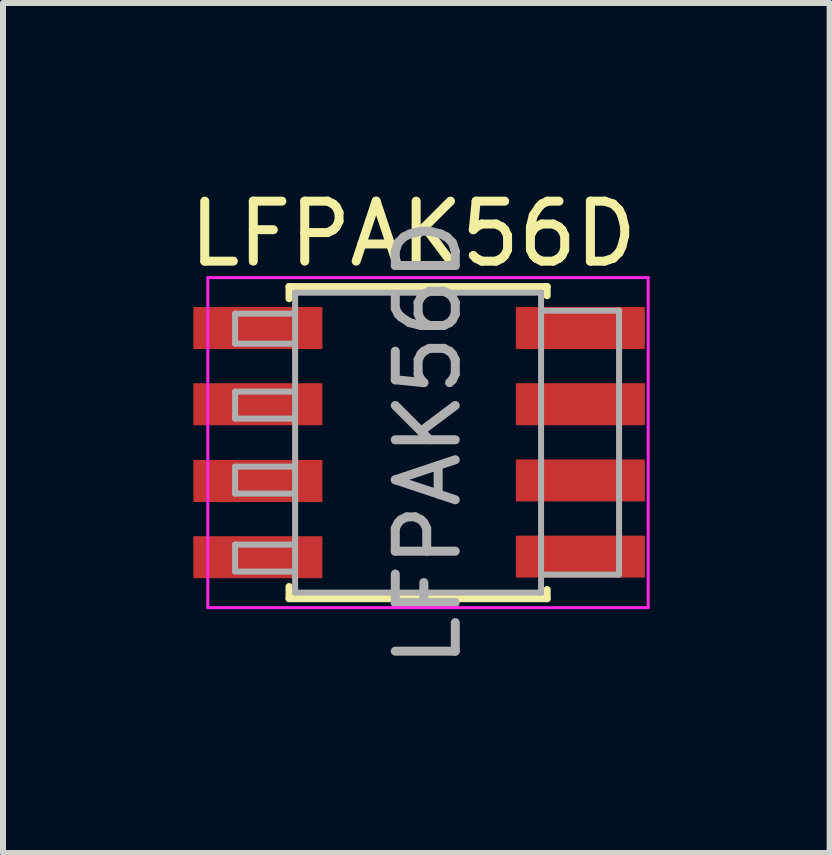
<source format=kicad_pcb>
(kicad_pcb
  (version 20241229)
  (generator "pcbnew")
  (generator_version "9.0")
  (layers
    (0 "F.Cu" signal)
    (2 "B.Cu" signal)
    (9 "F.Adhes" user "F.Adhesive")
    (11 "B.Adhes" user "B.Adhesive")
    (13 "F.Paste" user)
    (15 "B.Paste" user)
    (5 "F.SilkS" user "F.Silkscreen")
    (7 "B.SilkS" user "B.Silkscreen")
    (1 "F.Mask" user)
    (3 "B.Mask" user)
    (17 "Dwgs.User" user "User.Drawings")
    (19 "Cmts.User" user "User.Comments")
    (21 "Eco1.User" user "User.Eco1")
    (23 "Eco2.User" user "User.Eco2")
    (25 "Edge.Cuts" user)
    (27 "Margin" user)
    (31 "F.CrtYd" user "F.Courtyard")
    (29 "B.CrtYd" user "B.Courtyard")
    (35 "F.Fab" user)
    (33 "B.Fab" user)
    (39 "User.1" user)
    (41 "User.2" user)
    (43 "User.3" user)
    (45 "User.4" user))
  (footprint "LFPAK56D"
    (layer "F.Cu")
    (at 4.084 4.328)
    (property "Reference" "LFPAK56D" (at -0.245 -3.48 0) (layer "F.SilkS") (effects (font (size 1 1) (thickness 0.15))))
    (attr smd)
    (fp_line (start -2.315 -2.6) (end -2.315 -2.4) (stroke (width 0.12) (type solid)) (layer "F.SilkS"))
    (fp_line (start -2.315 2.4) (end -2.315 2.6) (stroke (width 0.12) (type solid)) (layer "F.SilkS"))
    (fp_line (start -2.315 2.6) (end 1.985 2.6) (stroke (width 0.12) (type solid)) (layer "F.SilkS"))
    (fp_line (start 1.985 -2.6) (end -2.315 -2.6) (stroke (width 0.12) (type solid)) (layer "F.SilkS"))
    (fp_line (start 1.985 -2.45) (end 1.985 -2.6) (stroke (width 0.12) (type solid)) (layer "F.SilkS"))
    (fp_line (start 1.985 2.6) (end 1.985 2.45) (stroke (width 0.12) (type solid)) (layer "F.SilkS"))
    (fp_line (start -3.67 2.75) (end -3.67 -2.75) (stroke (width 0.05) (type solid)) (layer "F.CrtYd"))
    (fp_line (start -3.67 2.75) (end 3.67 2.75) (stroke (width 0.05) (type solid)) (layer "F.CrtYd"))
    (fp_line (start 3.67 -2.75) (end -3.67 -2.75) (stroke (width 0.05) (type solid)) (layer "F.CrtYd"))
    (fp_line (start 3.67 -2.75) (end 3.67 2.75) (stroke (width 0.05) (type solid)) (layer "F.CrtYd"))
    (fp_line (start -3.215 -2.15) (end -3.215 -1.65) (stroke (width 0.1) (type solid)) (layer "F.Fab"))
    (fp_line (start -3.215 -2.15) (end -2.215 -2.15) (stroke (width 0.1) (type solid)) (layer "F.Fab"))
    (fp_line (start -3.215 -1.65) (end -2.215 -1.65) (stroke (width 0.1) (type solid)) (layer "F.Fab"))
    (fp_line (start -3.215 -0.85) (end -3.215 -0.4) (stroke (width 0.1) (type solid)) (layer "F.Fab"))
    (fp_line (start -3.215 -0.4) (end -2.215 -0.4) (stroke (width 0.1) (type solid)) (layer "F.Fab"))
    (fp_line (start -3.215 0.4) (end -3.215 0.85) (stroke (width 0.1) (type solid)) (layer "F.Fab"))
    (fp_line (start -3.215 0.85) (end -2.215 0.85) (stroke (width 0.1) (type solid)) (layer "F.Fab"))
    (fp_line (start -3.215 1.7) (end -3.215 2.15) (stroke (width 0.1) (type solid)) (layer "F.Fab"))
    (fp_line (start -3.215 2.15) (end -2.215 2.15) (stroke (width 0.1) (type solid)) (layer "F.Fab"))
    (fp_line (start -2.215 -2.5) (end -2.215 2.5) (stroke (width 0.1) (type solid)) (layer "F.Fab"))
    (fp_line (start -2.215 -0.85) (end -3.215 -0.85) (stroke (width 0.1) (type solid)) (layer "F.Fab"))
    (fp_line (start -2.215 0.4) (end -3.215 0.4) (stroke (width 0.1) (type solid)) (layer "F.Fab"))
    (fp_line (start -2.215 1.7) (end -3.215 1.7) (stroke (width 0.1) (type solid)) (layer "F.Fab"))
    (fp_line (start -2.215 2.5) (end 1.885 2.5) (stroke (width 0.1) (type solid)) (layer "F.Fab"))
    (fp_line (start 1.885 -2.5) (end -2.215 -2.5) (stroke (width 0.1) (type solid)) (layer "F.Fab"))
    (fp_line (start 1.885 2.5) (end 1.885 -2.5) (stroke (width 0.1) (type solid)) (layer "F.Fab"))
    (fp_line (start 3.185 -2.2) (end 1.885 -2.2) (stroke (width 0.1) (type solid)) (layer "F.Fab"))
    (fp_line (start 3.185 -2.2) (end 3.185 2.2) (stroke (width 0.1) (type solid)) (layer "F.Fab"))
    (fp_line (start 3.185 2.2) (end 1.885 2.2) (stroke (width 0.1) (type solid)) (layer "F.Fab"))
    (fp_text user "${REFERENCE}" (at 0 0 90) (layer "F.Fab") (effects (font (size 1 1) (thickness 0.15))))
    (pad "1" smd rect (at -2.835 -1.91 270) (size 0.7 2.15) (layers "F.Cu" "F.Mask" "F.Paste"))
    (pad "2" smd rect (at -2.835 -0.64 270) (size 0.7 2.15) (layers "F.Cu" "F.Mask" "F.Paste"))
    (pad "3" smd rect (at -2.835 0.64 270) (size 0.7 2.15) (layers "F.Cu" "F.Mask" "F.Paste"))
    (pad "4" smd rect (at -2.835 1.91 270) (size 0.7 2.15) (layers "F.Cu" "F.Mask" "F.Paste"))
    (pad "5" smd rect (at 2.54 1.9 270) (size 0.7 2.15) (layers "F.Cu" "F.Mask" "F.Paste"))
    (pad "6" smd rect (at 2.54 0.63 270) (size 0.7 2.15) (layers "F.Cu" "F.Mask" "F.Paste"))
    (pad "7" smd rect (at 2.54 -0.64 270) (size 0.7 2.15) (layers "F.Cu" "F.Mask" "F.Paste"))
    (pad "8" smd rect (at 2.54 -1.91 270) (size 0.7 2.15) (layers "F.Cu" "F.Mask" "F.Paste")))
  (gr_rect
    (start -3 -3)
    (end 10.779 11.168)
    (stroke (width 0.1) (type default))
    (fill no)
    (layer "Edge.Cuts")))
</source>
